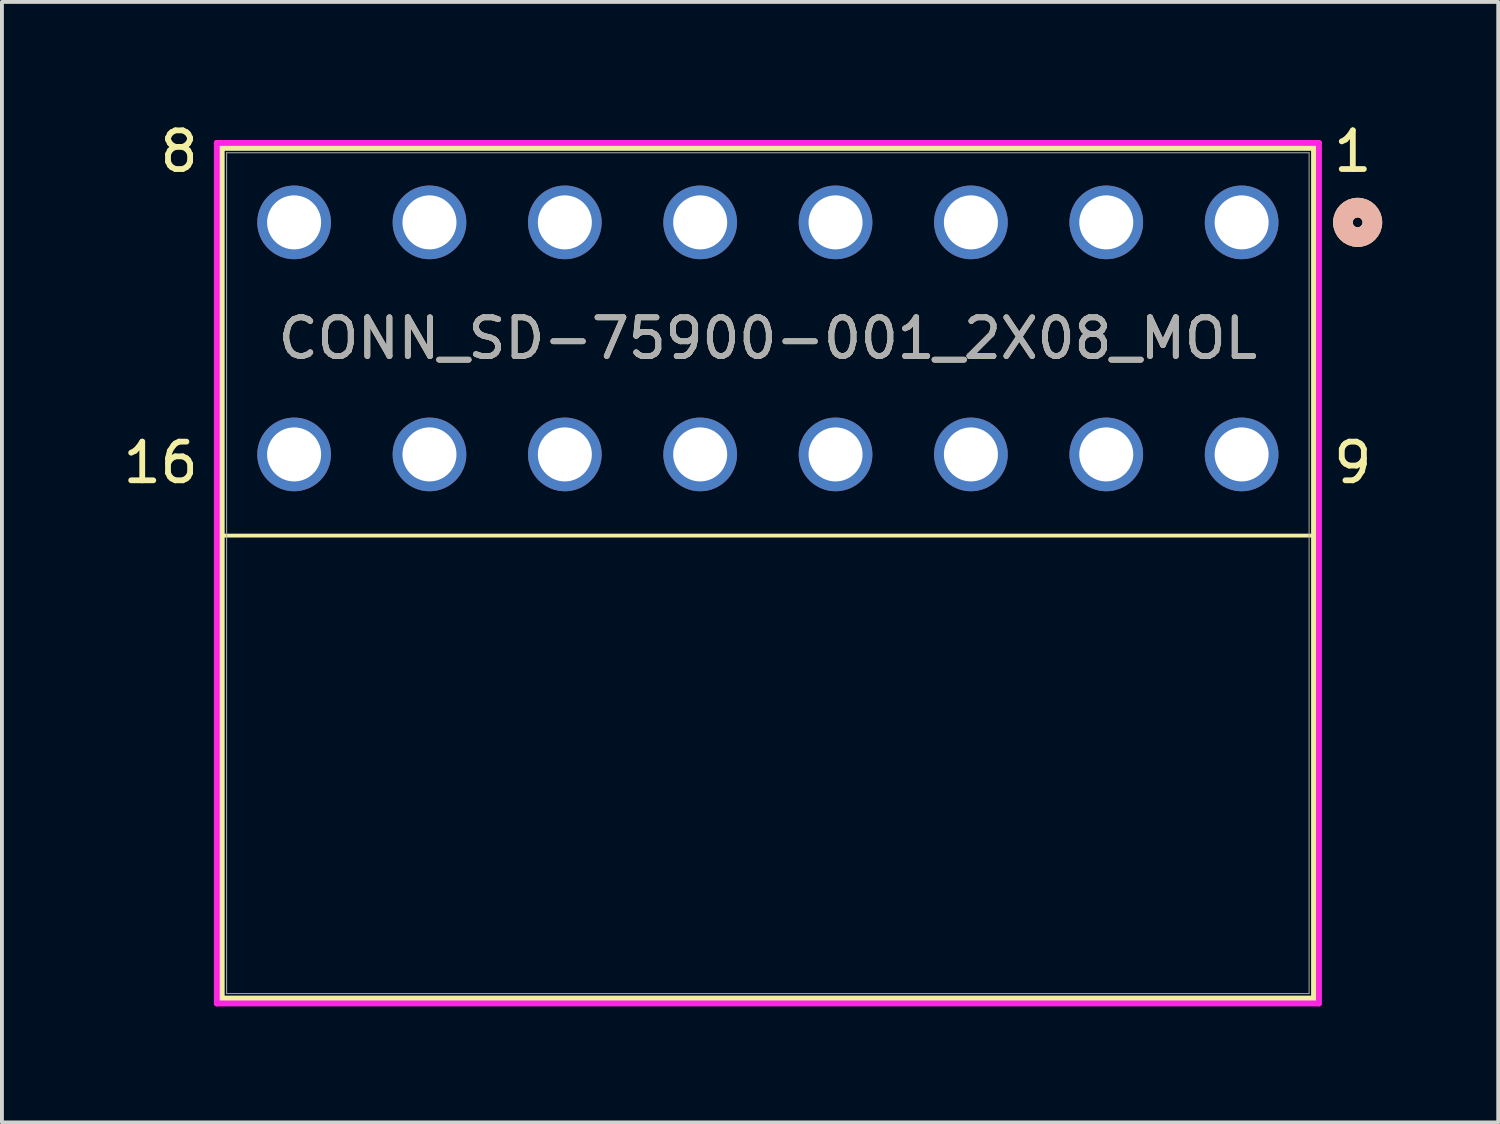
<source format=kicad_pcb>
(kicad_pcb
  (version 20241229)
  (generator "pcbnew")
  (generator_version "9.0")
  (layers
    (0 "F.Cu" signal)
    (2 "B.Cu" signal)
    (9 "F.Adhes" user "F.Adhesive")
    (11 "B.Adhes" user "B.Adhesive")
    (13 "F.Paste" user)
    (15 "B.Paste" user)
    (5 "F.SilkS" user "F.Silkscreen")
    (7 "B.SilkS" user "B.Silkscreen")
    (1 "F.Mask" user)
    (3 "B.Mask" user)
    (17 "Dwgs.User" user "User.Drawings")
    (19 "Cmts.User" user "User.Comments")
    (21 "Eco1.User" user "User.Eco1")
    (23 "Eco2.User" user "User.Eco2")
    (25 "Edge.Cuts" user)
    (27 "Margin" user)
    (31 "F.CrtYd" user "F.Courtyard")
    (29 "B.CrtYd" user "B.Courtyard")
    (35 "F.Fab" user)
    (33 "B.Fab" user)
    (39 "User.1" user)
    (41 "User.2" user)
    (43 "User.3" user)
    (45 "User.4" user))
  (footprint "CONN_SD-75900-001_2X08_MOL"
    (layer "F.Cu")
    (at 16.855 5.7)
    (property "Reference" "CONN_SD-75900-001_2X08_MOL" (at -0.05 -0.000001 0) (unlocked yes) (layer "F.SilkS") (effects (font (size 1 1) (thickness 0.15))))
    (attr through_hole)
    (fp_line (start -14.172 -4.927) (end -14.172 17.069) (stroke (width 0.152) (type solid)) (layer "F.SilkS"))
    (fp_line (start -14.172 17.069) (end 14.072 17.069) (stroke (width 0.152) (type solid)) (layer "F.SilkS"))
    (fp_line (start 14.072 -4.927) (end -14.172 -4.927) (stroke (width 0.152) (type solid)) (layer "F.SilkS"))
    (fp_line (start 14.072 17.069) (end 14.072 -4.927) (stroke (width 0.152) (type solid)) (layer "F.SilkS"))
    (fp_rect (start -14.183 -4.927) (end 14.072 5.1) (stroke (width 0.1) (type default)) (fill no) (layer "F.SilkS"))
    (fp_circle (center 15.2 -3) (end 15.581 -3) (stroke (width 0.508) (type solid)) (fill no) (layer "F.SilkS"))
    (fp_circle (center 15.2 -3) (end 15.581 -3) (stroke (width 0.508) (type solid)) (fill no) (layer "B.SilkS"))
    (fp_line (start -14.299 -5.054) (end -14.299 17.196) (stroke (width 0.152) (type solid)) (layer "F.CrtYd"))
    (fp_line (start -14.299 17.196) (end 14.199 17.196) (stroke (width 0.152) (type solid)) (layer "F.CrtYd"))
    (fp_line (start 14.199 -5.054) (end -14.299 -5.054) (stroke (width 0.152) (type solid)) (layer "F.CrtYd"))
    (fp_line (start 14.199 17.196) (end 14.199 -5.054) (stroke (width 0.152) (type solid)) (layer "F.CrtYd"))
    (fp_line (start -14.045 -4.8) (end -14.045 16.942) (stroke (width 0.025) (type solid)) (layer "F.Fab"))
    (fp_line (start -14.045 16.942) (end 13.945 16.942) (stroke (width 0.025) (type solid)) (layer "F.Fab"))
    (fp_line (start 13.945 -4.8) (end -14.045 -4.8) (stroke (width 0.025) (type solid)) (layer "F.Fab"))
    (fp_line (start 13.945 16.942) (end 13.945 -4.8) (stroke (width 0.025) (type solid)) (layer "F.Fab"))
    (fp_circle (center -12.3 -3) (end -11.919 -3) (stroke (width 0.508) (type solid)) (fill no) (layer "F.Fab"))
    (fp_text user "8\n\n\n\n\n16" (at -14.7 3.8 0) (unlocked yes) (layer "F.SilkS") (effects (font (size 1 1) (thickness 0.15)) (justify right bottom)))
    (fp_text user "1\n\n\n\n\n9" (at 14.5 3.8 0) (unlocked yes) (layer "F.SilkS") (effects (font (size 1 1) (thickness 0.15)) (justify left bottom)))
    (fp_text user "${REFERENCE}" (at -0.05 -0.000001 0) (unlocked yes) (layer "F.Fab") (effects (font (size 1 1) (thickness 0.15))))
    (pad "1" thru_hole circle (at 12.2 -3) (size 1.905 1.905) (drill 1.397) (layers "*.Cu" "*.Mask"))
    (pad "2" thru_hole circle (at 8.7 -3) (size 1.905 1.905) (drill 1.397) (layers "*.Cu" "*.Mask"))
    (pad "3" thru_hole circle (at 5.2 -3) (size 1.905 1.905) (drill 1.397) (layers "*.Cu" "*.Mask"))
    (pad "4" thru_hole circle (at 1.7 -3) (size 1.905 1.905) (drill 1.397) (layers "*.Cu" "*.Mask"))
    (pad "5" thru_hole circle (at -1.8 -3) (size 1.905 1.905) (drill 1.397) (layers "*.Cu" "*.Mask"))
    (pad "6" thru_hole circle (at -5.3 -3) (size 1.905 1.905) (drill 1.397) (layers "*.Cu" "*.Mask"))
    (pad "7" thru_hole circle (at -8.8 -3) (size 1.905 1.905) (drill 1.397) (layers "*.Cu" "*.Mask"))
    (pad "8" thru_hole circle (at -12.3 -3) (size 1.905 1.905) (drill 1.397) (layers "*.Cu" "*.Mask"))
    (pad "9" thru_hole circle (at 12.2 3) (size 1.905 1.905) (drill 1.397) (layers "*.Cu" "*.Mask"))
    (pad "10" thru_hole circle (at 8.7 3) (size 1.905 1.905) (drill 1.397) (layers "*.Cu" "*.Mask"))
    (pad "11" thru_hole circle (at 5.2 3) (size 1.905 1.905) (drill 1.397) (layers "*.Cu" "*.Mask"))
    (pad "12" thru_hole circle (at 1.7 3) (size 1.905 1.905) (drill 1.397) (layers "*.Cu" "*.Mask"))
    (pad "13" thru_hole circle (at -1.8 3) (size 1.905 1.905) (drill 1.397) (layers "*.Cu" "*.Mask"))
    (pad "14" thru_hole circle (at -5.3 3) (size 1.905 1.905) (drill 1.397) (layers "*.Cu" "*.Mask"))
    (pad "15" thru_hole circle (at -8.8 3) (size 1.905 1.905) (drill 1.397) (layers "*.Cu" "*.Mask"))
    (pad "16" thru_hole circle (at -12.3 3) (size 1.905 1.905) (drill 1.397) (layers "*.Cu" "*.Mask")))
  (gr_rect
    (start -3 -3)
    (end 35.69 25.972)
    (stroke (width 0.1) (type default))
    (fill no)
    (layer "Edge.Cuts")))
</source>
